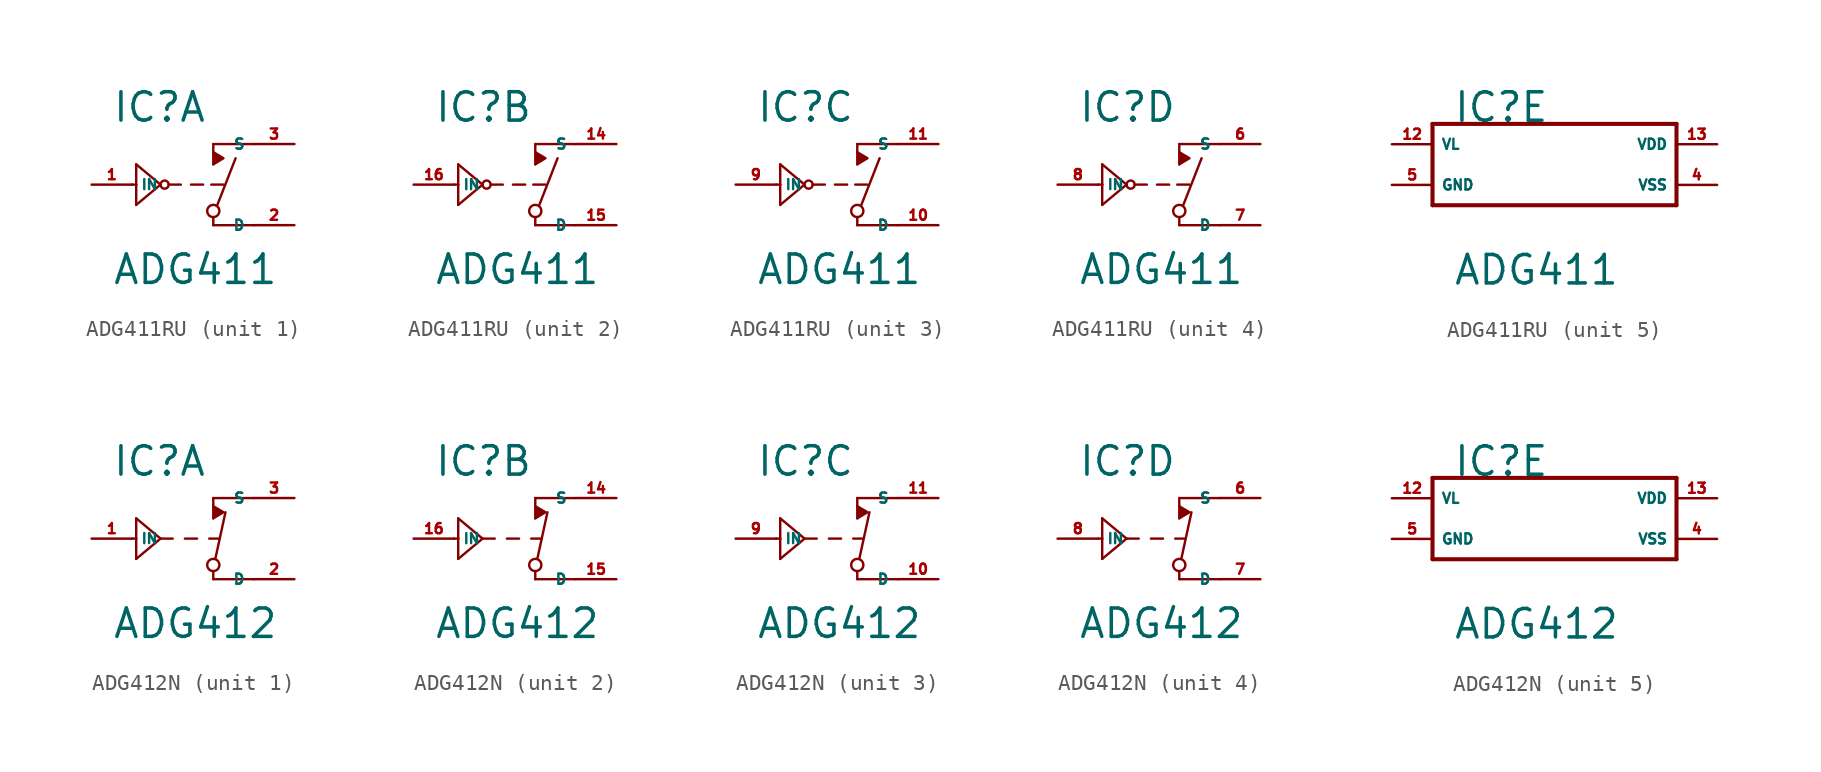
<source format=kicad_sym>
(kicad_symbol_lib
  (version 20220914)
  (generator Eagle2Kicad)
  (symbol "ADG411RU"
    (property "Reference" "IC"
      (at -6.35 3.81 0)
      (effects (font (size 1.778 1.778) (thickness 0.22)) (justify left bottom)))
    (property "Value" "ADG411"
      (at -6.35 -6.35 0)
      (effects (font (size 1.778 1.778) (thickness 0.22)) (justify left bottom)))
    (symbol "ADG411RU_1_0"
      (polyline (pts (xy 0 1.27) (xy 0.635 1.651) (xy 0 2.032)) (stroke (width 0.152) (type default)) (fill (type outline)))
      (polyline (pts (xy 2.54 2.54) (xy 0 2.54)) (stroke (width 0.152) (type default)) (fill (type none)))
      (polyline (pts (xy 0 2.54) (xy 0 1.27)) (stroke (width 0.152) (type default)) (fill (type none)))
      (polyline (pts (xy 2.54 -2.54) (xy 0 -2.54)) (stroke (width 0.152) (type default)) (fill (type none)))
      (polyline (pts (xy 0 -2.54) (xy 0 -2.032)) (stroke (width 0.152) (type default)) (fill (type none)))
      (polyline (pts (xy 0.254 -1.27) (xy 1.397 1.651)) (stroke (width 0.152) (type default)) (fill (type none)))
      (polyline (pts (xy -5.08 0) (xy -4.826 0)) (stroke (width 0.152) (type default)) (fill (type none)))
      (polyline (pts (xy -4.826 0) (xy -4.826 1.27)) (stroke (width 0.152) (type default)) (fill (type none)))
      (polyline (pts (xy -4.826 1.27) (xy -3.302 0)) (stroke (width 0.152) (type default)) (fill (type none)))
      (polyline (pts (xy -3.302 0) (xy -4.826 -1.27)) (stroke (width 0.152) (type default)) (fill (type none)))
      (polyline (pts (xy -4.826 -1.27) (xy -4.826 0)) (stroke (width 0.152) (type default)) (fill (type none)))
      (polyline (pts (xy -2.794 0) (xy -2.032 0)) (stroke (width 0.152) (type default)) (fill (type none)))
      (polyline (pts (xy -1.397 0) (xy -0.635 0)) (stroke (width 0.152) (type default)) (fill (type none)))
      (polyline (pts (xy -0.127 0) (xy 0.635 0)) (stroke (width 0.152) (type default)) (fill (type none)))
      (circle (center 0 -1.651) (radius 0.381) (stroke (width 0.152) (type default)) (fill (type none)))
      (circle (center -3.048 0) (radius 0.254) (stroke (width 0.152) (type default)) (fill (type none)))
      (pin input line (at -7.62 0 0) (length 2.54) (name "IN" (effects (font (size 0.635 0.635) (thickness 0.08)) (justify left bottom))) (number "1" (effects (font (size 0.635 0.635) (thickness 0.08)) (justify left bottom))))
      (pin passive line (at 5.08 2.54 180) (length 2.54) (name "S" (effects (font (size 0.635 0.635) (thickness 0.08)) (justify left bottom))) (number "3" (effects (font (size 0.635 0.635) (thickness 0.08)) (justify left bottom))))
      (pin passive line (at 5.08 -2.54 180) (length 2.54) (name "D" (effects (font (size 0.635 0.635) (thickness 0.08)) (justify left bottom))) (number "2" (effects (font (size 0.635 0.635) (thickness 0.08)) (justify left bottom)))))
    (symbol "ADG411RU_2_0"
      (polyline (pts (xy 0 1.27) (xy 0.635 1.651) (xy 0 2.032)) (stroke (width 0.152) (type default)) (fill (type outline)))
      (polyline (pts (xy 2.54 2.54) (xy 0 2.54)) (stroke (width 0.152) (type default)) (fill (type none)))
      (polyline (pts (xy 0 2.54) (xy 0 1.27)) (stroke (width 0.152) (type default)) (fill (type none)))
      (polyline (pts (xy 2.54 -2.54) (xy 0 -2.54)) (stroke (width 0.152) (type default)) (fill (type none)))
      (polyline (pts (xy 0 -2.54) (xy 0 -2.032)) (stroke (width 0.152) (type default)) (fill (type none)))
      (polyline (pts (xy 0.254 -1.27) (xy 1.397 1.651)) (stroke (width 0.152) (type default)) (fill (type none)))
      (polyline (pts (xy -5.08 0) (xy -4.826 0)) (stroke (width 0.152) (type default)) (fill (type none)))
      (polyline (pts (xy -4.826 0) (xy -4.826 1.27)) (stroke (width 0.152) (type default)) (fill (type none)))
      (polyline (pts (xy -4.826 1.27) (xy -3.302 0)) (stroke (width 0.152) (type default)) (fill (type none)))
      (polyline (pts (xy -3.302 0) (xy -4.826 -1.27)) (stroke (width 0.152) (type default)) (fill (type none)))
      (polyline (pts (xy -4.826 -1.27) (xy -4.826 0)) (stroke (width 0.152) (type default)) (fill (type none)))
      (polyline (pts (xy -2.794 0) (xy -2.032 0)) (stroke (width 0.152) (type default)) (fill (type none)))
      (polyline (pts (xy -1.397 0) (xy -0.635 0)) (stroke (width 0.152) (type default)) (fill (type none)))
      (polyline (pts (xy -0.127 0) (xy 0.635 0)) (stroke (width 0.152) (type default)) (fill (type none)))
      (circle (center 0 -1.651) (radius 0.381) (stroke (width 0.152) (type default)) (fill (type none)))
      (circle (center -3.048 0) (radius 0.254) (stroke (width 0.152) (type default)) (fill (type none)))
      (pin input line (at -7.62 0 0) (length 2.54) (name "IN" (effects (font (size 0.635 0.635) (thickness 0.08)) (justify left bottom))) (number "16" (effects (font (size 0.635 0.635) (thickness 0.08)) (justify left bottom))))
      (pin passive line (at 5.08 2.54 180) (length 2.54) (name "S" (effects (font (size 0.635 0.635) (thickness 0.08)) (justify left bottom))) (number "14" (effects (font (size 0.635 0.635) (thickness 0.08)) (justify left bottom))))
      (pin passive line (at 5.08 -2.54 180) (length 2.54) (name "D" (effects (font (size 0.635 0.635) (thickness 0.08)) (justify left bottom))) (number "15" (effects (font (size 0.635 0.635) (thickness 0.08)) (justify left bottom)))))
    (symbol "ADG411RU_3_0"
      (polyline (pts (xy 0 1.27) (xy 0.635 1.651) (xy 0 2.032)) (stroke (width 0.152) (type default)) (fill (type outline)))
      (polyline (pts (xy 2.54 2.54) (xy 0 2.54)) (stroke (width 0.152) (type default)) (fill (type none)))
      (polyline (pts (xy 0 2.54) (xy 0 1.27)) (stroke (width 0.152) (type default)) (fill (type none)))
      (polyline (pts (xy 2.54 -2.54) (xy 0 -2.54)) (stroke (width 0.152) (type default)) (fill (type none)))
      (polyline (pts (xy 0 -2.54) (xy 0 -2.032)) (stroke (width 0.152) (type default)) (fill (type none)))
      (polyline (pts (xy 0.254 -1.27) (xy 1.397 1.651)) (stroke (width 0.152) (type default)) (fill (type none)))
      (polyline (pts (xy -5.08 0) (xy -4.826 0)) (stroke (width 0.152) (type default)) (fill (type none)))
      (polyline (pts (xy -4.826 0) (xy -4.826 1.27)) (stroke (width 0.152) (type default)) (fill (type none)))
      (polyline (pts (xy -4.826 1.27) (xy -3.302 0)) (stroke (width 0.152) (type default)) (fill (type none)))
      (polyline (pts (xy -3.302 0) (xy -4.826 -1.27)) (stroke (width 0.152) (type default)) (fill (type none)))
      (polyline (pts (xy -4.826 -1.27) (xy -4.826 0)) (stroke (width 0.152) (type default)) (fill (type none)))
      (polyline (pts (xy -2.794 0) (xy -2.032 0)) (stroke (width 0.152) (type default)) (fill (type none)))
      (polyline (pts (xy -1.397 0) (xy -0.635 0)) (stroke (width 0.152) (type default)) (fill (type none)))
      (polyline (pts (xy -0.127 0) (xy 0.635 0)) (stroke (width 0.152) (type default)) (fill (type none)))
      (circle (center 0 -1.651) (radius 0.381) (stroke (width 0.152) (type default)) (fill (type none)))
      (circle (center -3.048 0) (radius 0.254) (stroke (width 0.152) (type default)) (fill (type none)))
      (pin input line (at -7.62 0 0) (length 2.54) (name "IN" (effects (font (size 0.635 0.635) (thickness 0.08)) (justify left bottom))) (number "9" (effects (font (size 0.635 0.635) (thickness 0.08)) (justify left bottom))))
      (pin passive line (at 5.08 2.54 180) (length 2.54) (name "S" (effects (font (size 0.635 0.635) (thickness 0.08)) (justify left bottom))) (number "11" (effects (font (size 0.635 0.635) (thickness 0.08)) (justify left bottom))))
      (pin passive line (at 5.08 -2.54 180) (length 2.54) (name "D" (effects (font (size 0.635 0.635) (thickness 0.08)) (justify left bottom))) (number "10" (effects (font (size 0.635 0.635) (thickness 0.08)) (justify left bottom)))))
    (symbol "ADG411RU_4_0"
      (polyline (pts (xy 0 1.27) (xy 0.635 1.651) (xy 0 2.032)) (stroke (width 0.152) (type default)) (fill (type outline)))
      (polyline (pts (xy 2.54 2.54) (xy 0 2.54)) (stroke (width 0.152) (type default)) (fill (type none)))
      (polyline (pts (xy 0 2.54) (xy 0 1.27)) (stroke (width 0.152) (type default)) (fill (type none)))
      (polyline (pts (xy 2.54 -2.54) (xy 0 -2.54)) (stroke (width 0.152) (type default)) (fill (type none)))
      (polyline (pts (xy 0 -2.54) (xy 0 -2.032)) (stroke (width 0.152) (type default)) (fill (type none)))
      (polyline (pts (xy 0.254 -1.27) (xy 1.397 1.651)) (stroke (width 0.152) (type default)) (fill (type none)))
      (polyline (pts (xy -5.08 0) (xy -4.826 0)) (stroke (width 0.152) (type default)) (fill (type none)))
      (polyline (pts (xy -4.826 0) (xy -4.826 1.27)) (stroke (width 0.152) (type default)) (fill (type none)))
      (polyline (pts (xy -4.826 1.27) (xy -3.302 0)) (stroke (width 0.152) (type default)) (fill (type none)))
      (polyline (pts (xy -3.302 0) (xy -4.826 -1.27)) (stroke (width 0.152) (type default)) (fill (type none)))
      (polyline (pts (xy -4.826 -1.27) (xy -4.826 0)) (stroke (width 0.152) (type default)) (fill (type none)))
      (polyline (pts (xy -2.794 0) (xy -2.032 0)) (stroke (width 0.152) (type default)) (fill (type none)))
      (polyline (pts (xy -1.397 0) (xy -0.635 0)) (stroke (width 0.152) (type default)) (fill (type none)))
      (polyline (pts (xy -0.127 0) (xy 0.635 0)) (stroke (width 0.152) (type default)) (fill (type none)))
      (circle (center 0 -1.651) (radius 0.381) (stroke (width 0.152) (type default)) (fill (type none)))
      (circle (center -3.048 0) (radius 0.254) (stroke (width 0.152) (type default)) (fill (type none)))
      (pin input line (at -7.62 0 0) (length 2.54) (name "IN" (effects (font (size 0.635 0.635) (thickness 0.08)) (justify left bottom))) (number "8" (effects (font (size 0.635 0.635) (thickness 0.08)) (justify left bottom))))
      (pin passive line (at 5.08 2.54 180) (length 2.54) (name "S" (effects (font (size 0.635 0.635) (thickness 0.08)) (justify left bottom))) (number "6" (effects (font (size 0.635 0.635) (thickness 0.08)) (justify left bottom))))
      (pin passive line (at 5.08 -2.54 180) (length 2.54) (name "D" (effects (font (size 0.635 0.635) (thickness 0.08)) (justify left bottom))) (number "7" (effects (font (size 0.635 0.635) (thickness 0.08)) (justify left bottom)))))
    (symbol "ADG411RU_5_0"
      (polyline (pts (xy -7.62 3.81) (xy 7.62 3.81)) (stroke (width 0.254) (type default)) (fill (type none)))
      (polyline (pts (xy 7.62 3.81) (xy 7.62 -1.27)) (stroke (width 0.254) (type default)) (fill (type none)))
      (polyline (pts (xy 7.62 -1.27) (xy -7.62 -1.27)) (stroke (width 0.254) (type default)) (fill (type none)))
      (polyline (pts (xy -7.62 -1.27) (xy -7.62 3.81)) (stroke (width 0.254) (type default)) (fill (type none)))
      (pin unspecified line (at 10.16 2.54 180) (length 2.54) (name "VDD" (effects (font (size 0.635 0.635) (thickness 0.08)) (justify left bottom))) (number "13" (effects (font (size 0.635 0.635) (thickness 0.08)) (justify left bottom))))
      (pin unspecified line (at 10.16 0 180) (length 2.54) (name "VSS" (effects (font (size 0.635 0.635) (thickness 0.08)) (justify left bottom))) (number "4" (effects (font (size 0.635 0.635) (thickness 0.08)) (justify left bottom))))
      (pin unspecified line (at -10.16 0 0) (length 2.54) (name "GND" (effects (font (size 0.635 0.635) (thickness 0.08)) (justify left bottom))) (number "5" (effects (font (size 0.635 0.635) (thickness 0.08)) (justify left bottom))))
      (pin unspecified line (at -10.16 2.54 0) (length 2.54) (name "VL" (effects (font (size 0.635 0.635) (thickness 0.08)) (justify left bottom))) (number "12" (effects (font (size 0.635 0.635) (thickness 0.08)) (justify left bottom))))))
  (symbol "ADG412N"
    (property "Reference" "IC"
      (at -6.35 3.81 0)
      (effects (font (size 1.778 1.778) (thickness 0.22)) (justify left bottom)))
    (property "Value" "ADG412"
      (at -6.35 -6.35 0)
      (effects (font (size 1.778 1.778) (thickness 0.22)) (justify left bottom)))
    (symbol "ADG412N_1_0"
      (polyline (pts (xy 0 1.27) (xy 0.635 1.651) (xy 0 2.032)) (stroke (width 0.152) (type default)) (fill (type outline)))
      (polyline (pts (xy 2.54 2.54) (xy 0 2.54)) (stroke (width 0.152) (type default)) (fill (type none)))
      (polyline (pts (xy 0 2.54) (xy 0 1.27)) (stroke (width 0.152) (type default)) (fill (type none)))
      (polyline (pts (xy 2.54 -2.54) (xy 0 -2.54)) (stroke (width 0.152) (type default)) (fill (type none)))
      (polyline (pts (xy 0 -2.54) (xy 0 -2.032)) (stroke (width 0.152) (type default)) (fill (type none)))
      (polyline (pts (xy 0.127 -1.27) (xy 0.762 1.651)) (stroke (width 0.152) (type default)) (fill (type none)))
      (polyline (pts (xy -5.08 0) (xy -4.826 0)) (stroke (width 0.152) (type default)) (fill (type none)))
      (polyline (pts (xy -4.826 0) (xy -4.826 1.27)) (stroke (width 0.152) (type default)) (fill (type none)))
      (polyline (pts (xy -4.826 1.27) (xy -3.302 0)) (stroke (width 0.152) (type default)) (fill (type none)))
      (polyline (pts (xy -3.302 0) (xy -4.826 -1.27)) (stroke (width 0.152) (type default)) (fill (type none)))
      (polyline (pts (xy -4.826 -1.27) (xy -4.826 0)) (stroke (width 0.152) (type default)) (fill (type none)))
      (polyline (pts (xy -3.302 0) (xy -2.54 0)) (stroke (width 0.152) (type default)) (fill (type none)))
      (polyline (pts (xy -1.778 0) (xy -1.016 0)) (stroke (width 0.152) (type default)) (fill (type none)))
      (polyline (pts (xy -0.254 0) (xy 0.381 0)) (stroke (width 0.152) (type default)) (fill (type none)))
      (circle (center 0 -1.651) (radius 0.381) (stroke (width 0.152) (type default)) (fill (type none)))
      (pin input line (at -7.62 0 0) (length 2.54) (name "IN" (effects (font (size 0.635 0.635) (thickness 0.08)) (justify left bottom))) (number "1" (effects (font (size 0.635 0.635) (thickness 0.08)) (justify left bottom))))
      (pin passive line (at 5.08 2.54 180) (length 2.54) (name "S" (effects (font (size 0.635 0.635) (thickness 0.08)) (justify left bottom))) (number "3" (effects (font (size 0.635 0.635) (thickness 0.08)) (justify left bottom))))
      (pin passive line (at 5.08 -2.54 180) (length 2.54) (name "D" (effects (font (size 0.635 0.635) (thickness 0.08)) (justify left bottom))) (number "2" (effects (font (size 0.635 0.635) (thickness 0.08)) (justify left bottom)))))
    (symbol "ADG412N_2_0"
      (polyline (pts (xy 0 1.27) (xy 0.635 1.651) (xy 0 2.032)) (stroke (width 0.152) (type default)) (fill (type outline)))
      (polyline (pts (xy 2.54 2.54) (xy 0 2.54)) (stroke (width 0.152) (type default)) (fill (type none)))
      (polyline (pts (xy 0 2.54) (xy 0 1.27)) (stroke (width 0.152) (type default)) (fill (type none)))
      (polyline (pts (xy 2.54 -2.54) (xy 0 -2.54)) (stroke (width 0.152) (type default)) (fill (type none)))
      (polyline (pts (xy 0 -2.54) (xy 0 -2.032)) (stroke (width 0.152) (type default)) (fill (type none)))
      (polyline (pts (xy 0.127 -1.27) (xy 0.762 1.651)) (stroke (width 0.152) (type default)) (fill (type none)))
      (polyline (pts (xy -5.08 0) (xy -4.826 0)) (stroke (width 0.152) (type default)) (fill (type none)))
      (polyline (pts (xy -4.826 0) (xy -4.826 1.27)) (stroke (width 0.152) (type default)) (fill (type none)))
      (polyline (pts (xy -4.826 1.27) (xy -3.302 0)) (stroke (width 0.152) (type default)) (fill (type none)))
      (polyline (pts (xy -3.302 0) (xy -4.826 -1.27)) (stroke (width 0.152) (type default)) (fill (type none)))
      (polyline (pts (xy -4.826 -1.27) (xy -4.826 0)) (stroke (width 0.152) (type default)) (fill (type none)))
      (polyline (pts (xy -3.302 0) (xy -2.54 0)) (stroke (width 0.152) (type default)) (fill (type none)))
      (polyline (pts (xy -1.778 0) (xy -1.016 0)) (stroke (width 0.152) (type default)) (fill (type none)))
      (polyline (pts (xy -0.254 0) (xy 0.381 0)) (stroke (width 0.152) (type default)) (fill (type none)))
      (circle (center 0 -1.651) (radius 0.381) (stroke (width 0.152) (type default)) (fill (type none)))
      (pin input line (at -7.62 0 0) (length 2.54) (name "IN" (effects (font (size 0.635 0.635) (thickness 0.08)) (justify left bottom))) (number "16" (effects (font (size 0.635 0.635) (thickness 0.08)) (justify left bottom))))
      (pin passive line (at 5.08 2.54 180) (length 2.54) (name "S" (effects (font (size 0.635 0.635) (thickness 0.08)) (justify left bottom))) (number "14" (effects (font (size 0.635 0.635) (thickness 0.08)) (justify left bottom))))
      (pin passive line (at 5.08 -2.54 180) (length 2.54) (name "D" (effects (font (size 0.635 0.635) (thickness 0.08)) (justify left bottom))) (number "15" (effects (font (size 0.635 0.635) (thickness 0.08)) (justify left bottom)))))
    (symbol "ADG412N_3_0"
      (polyline (pts (xy 0 1.27) (xy 0.635 1.651) (xy 0 2.032)) (stroke (width 0.152) (type default)) (fill (type outline)))
      (polyline (pts (xy 2.54 2.54) (xy 0 2.54)) (stroke (width 0.152) (type default)) (fill (type none)))
      (polyline (pts (xy 0 2.54) (xy 0 1.27)) (stroke (width 0.152) (type default)) (fill (type none)))
      (polyline (pts (xy 2.54 -2.54) (xy 0 -2.54)) (stroke (width 0.152) (type default)) (fill (type none)))
      (polyline (pts (xy 0 -2.54) (xy 0 -2.032)) (stroke (width 0.152) (type default)) (fill (type none)))
      (polyline (pts (xy 0.127 -1.27) (xy 0.762 1.651)) (stroke (width 0.152) (type default)) (fill (type none)))
      (polyline (pts (xy -5.08 0) (xy -4.826 0)) (stroke (width 0.152) (type default)) (fill (type none)))
      (polyline (pts (xy -4.826 0) (xy -4.826 1.27)) (stroke (width 0.152) (type default)) (fill (type none)))
      (polyline (pts (xy -4.826 1.27) (xy -3.302 0)) (stroke (width 0.152) (type default)) (fill (type none)))
      (polyline (pts (xy -3.302 0) (xy -4.826 -1.27)) (stroke (width 0.152) (type default)) (fill (type none)))
      (polyline (pts (xy -4.826 -1.27) (xy -4.826 0)) (stroke (width 0.152) (type default)) (fill (type none)))
      (polyline (pts (xy -3.302 0) (xy -2.54 0)) (stroke (width 0.152) (type default)) (fill (type none)))
      (polyline (pts (xy -1.778 0) (xy -1.016 0)) (stroke (width 0.152) (type default)) (fill (type none)))
      (polyline (pts (xy -0.254 0) (xy 0.381 0)) (stroke (width 0.152) (type default)) (fill (type none)))
      (circle (center 0 -1.651) (radius 0.381) (stroke (width 0.152) (type default)) (fill (type none)))
      (pin input line (at -7.62 0 0) (length 2.54) (name "IN" (effects (font (size 0.635 0.635) (thickness 0.08)) (justify left bottom))) (number "9" (effects (font (size 0.635 0.635) (thickness 0.08)) (justify left bottom))))
      (pin passive line (at 5.08 2.54 180) (length 2.54) (name "S" (effects (font (size 0.635 0.635) (thickness 0.08)) (justify left bottom))) (number "11" (effects (font (size 0.635 0.635) (thickness 0.08)) (justify left bottom))))
      (pin passive line (at 5.08 -2.54 180) (length 2.54) (name "D" (effects (font (size 0.635 0.635) (thickness 0.08)) (justify left bottom))) (number "10" (effects (font (size 0.635 0.635) (thickness 0.08)) (justify left bottom)))))
    (symbol "ADG412N_4_0"
      (polyline (pts (xy 0 1.27) (xy 0.635 1.651) (xy 0 2.032)) (stroke (width 0.152) (type default)) (fill (type outline)))
      (polyline (pts (xy 2.54 2.54) (xy 0 2.54)) (stroke (width 0.152) (type default)) (fill (type none)))
      (polyline (pts (xy 0 2.54) (xy 0 1.27)) (stroke (width 0.152) (type default)) (fill (type none)))
      (polyline (pts (xy 2.54 -2.54) (xy 0 -2.54)) (stroke (width 0.152) (type default)) (fill (type none)))
      (polyline (pts (xy 0 -2.54) (xy 0 -2.032)) (stroke (width 0.152) (type default)) (fill (type none)))
      (polyline (pts (xy 0.127 -1.27) (xy 0.762 1.651)) (stroke (width 0.152) (type default)) (fill (type none)))
      (polyline (pts (xy -5.08 0) (xy -4.826 0)) (stroke (width 0.152) (type default)) (fill (type none)))
      (polyline (pts (xy -4.826 0) (xy -4.826 1.27)) (stroke (width 0.152) (type default)) (fill (type none)))
      (polyline (pts (xy -4.826 1.27) (xy -3.302 0)) (stroke (width 0.152) (type default)) (fill (type none)))
      (polyline (pts (xy -3.302 0) (xy -4.826 -1.27)) (stroke (width 0.152) (type default)) (fill (type none)))
      (polyline (pts (xy -4.826 -1.27) (xy -4.826 0)) (stroke (width 0.152) (type default)) (fill (type none)))
      (polyline (pts (xy -3.302 0) (xy -2.54 0)) (stroke (width 0.152) (type default)) (fill (type none)))
      (polyline (pts (xy -1.778 0) (xy -1.016 0)) (stroke (width 0.152) (type default)) (fill (type none)))
      (polyline (pts (xy -0.254 0) (xy 0.381 0)) (stroke (width 0.152) (type default)) (fill (type none)))
      (circle (center 0 -1.651) (radius 0.381) (stroke (width 0.152) (type default)) (fill (type none)))
      (pin input line (at -7.62 0 0) (length 2.54) (name "IN" (effects (font (size 0.635 0.635) (thickness 0.08)) (justify left bottom))) (number "8" (effects (font (size 0.635 0.635) (thickness 0.08)) (justify left bottom))))
      (pin passive line (at 5.08 2.54 180) (length 2.54) (name "S" (effects (font (size 0.635 0.635) (thickness 0.08)) (justify left bottom))) (number "6" (effects (font (size 0.635 0.635) (thickness 0.08)) (justify left bottom))))
      (pin passive line (at 5.08 -2.54 180) (length 2.54) (name "D" (effects (font (size 0.635 0.635) (thickness 0.08)) (justify left bottom))) (number "7" (effects (font (size 0.635 0.635) (thickness 0.08)) (justify left bottom)))))
    (symbol "ADG412N_5_0"
      (polyline (pts (xy -7.62 3.81) (xy 7.62 3.81)) (stroke (width 0.254) (type default)) (fill (type none)))
      (polyline (pts (xy 7.62 3.81) (xy 7.62 -1.27)) (stroke (width 0.254) (type default)) (fill (type none)))
      (polyline (pts (xy 7.62 -1.27) (xy -7.62 -1.27)) (stroke (width 0.254) (type default)) (fill (type none)))
      (polyline (pts (xy -7.62 -1.27) (xy -7.62 3.81)) (stroke (width 0.254) (type default)) (fill (type none)))
      (pin unspecified line (at 10.16 2.54 180) (length 2.54) (name "VDD" (effects (font (size 0.635 0.635) (thickness 0.08)) (justify left bottom))) (number "13" (effects (font (size 0.635 0.635) (thickness 0.08)) (justify left bottom))))
      (pin unspecified line (at 10.16 0 180) (length 2.54) (name "VSS" (effects (font (size 0.635 0.635) (thickness 0.08)) (justify left bottom))) (number "4" (effects (font (size 0.635 0.635) (thickness 0.08)) (justify left bottom))))
      (pin unspecified line (at -10.16 0 0) (length 2.54) (name "GND" (effects (font (size 0.635 0.635) (thickness 0.08)) (justify left bottom))) (number "5" (effects (font (size 0.635 0.635) (thickness 0.08)) (justify left bottom))))
      (pin unspecified line (at -10.16 2.54 0) (length 2.54) (name "VL" (effects (font (size 0.635 0.635) (thickness 0.08)) (justify left bottom))) (number "12" (effects (font (size 0.635 0.635) (thickness 0.08)) (justify left bottom)))))))
</source>
